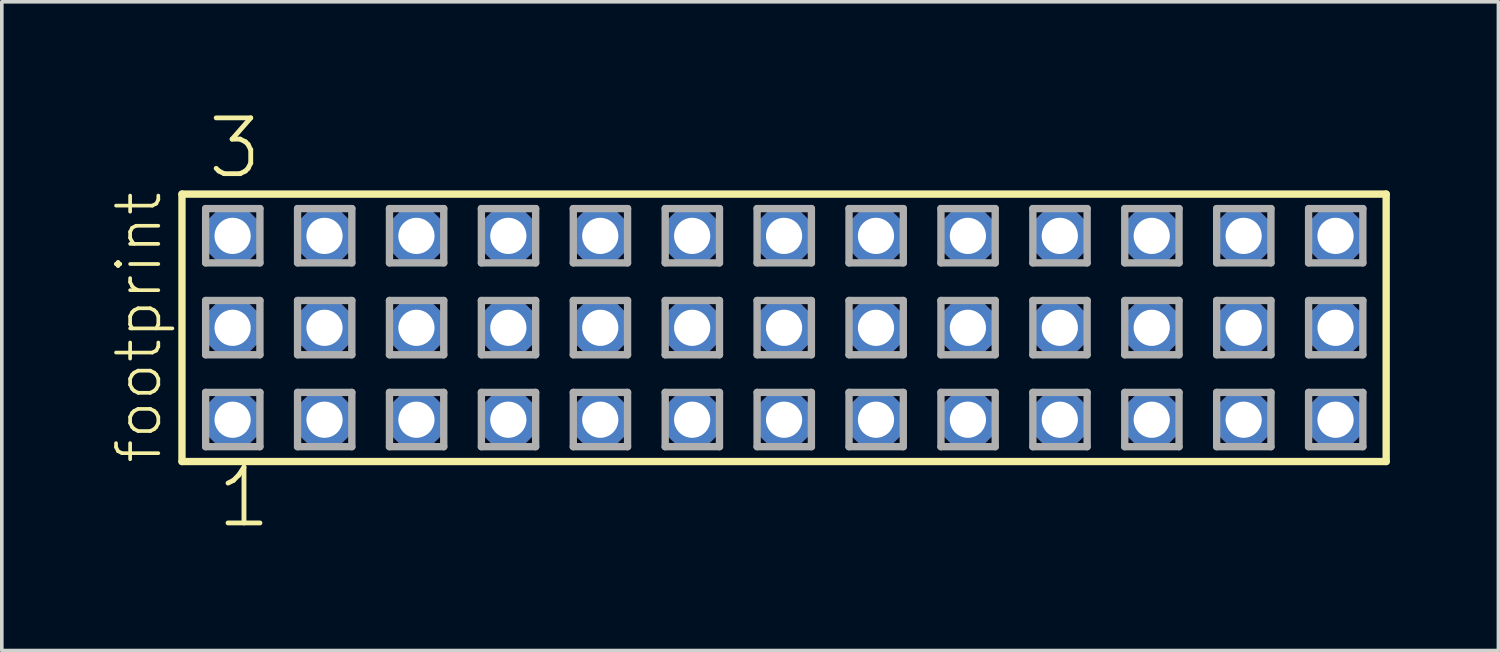
<source format=kicad_pcb>
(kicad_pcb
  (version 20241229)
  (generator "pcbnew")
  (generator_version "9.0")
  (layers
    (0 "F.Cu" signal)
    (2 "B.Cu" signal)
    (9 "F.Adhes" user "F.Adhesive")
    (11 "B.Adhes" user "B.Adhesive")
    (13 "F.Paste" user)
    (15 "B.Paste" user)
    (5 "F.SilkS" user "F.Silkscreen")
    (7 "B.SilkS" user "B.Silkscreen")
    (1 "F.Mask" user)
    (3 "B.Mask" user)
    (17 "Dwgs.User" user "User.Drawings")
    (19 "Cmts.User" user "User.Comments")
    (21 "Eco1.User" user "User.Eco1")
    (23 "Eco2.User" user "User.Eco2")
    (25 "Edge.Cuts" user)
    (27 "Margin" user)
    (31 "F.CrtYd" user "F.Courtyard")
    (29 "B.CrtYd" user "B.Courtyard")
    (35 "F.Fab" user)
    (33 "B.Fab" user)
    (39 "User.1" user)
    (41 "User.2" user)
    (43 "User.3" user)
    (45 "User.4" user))
  (footprint "footprint"
    (layer "F.Cu")
    (at 18.618 6.009)
    (property "Reference" "footprint" (at -17.145 3.81 90) (layer "F.SilkS") (effects (font (size 1.168 1.168) (thickness 0.102)) (justify left bottom)))
    (fp_line (start -16.639 -3.695) (end 16.639 -3.695) (stroke (width 0.203) (type solid)) (layer "F.SilkS"))
    (fp_line (start -16.639 3.695) (end -16.639 -3.695) (stroke (width 0.203) (type solid)) (layer "F.SilkS"))
    (fp_line (start 16.639 -3.695) (end 16.639 3.695) (stroke (width 0.203) (type solid)) (layer "F.SilkS"))
    (fp_line (start 16.639 3.695) (end -16.639 3.695) (stroke (width 0.203) (type solid)) (layer "F.SilkS"))
    (fp_line (start -15.985 -3.295) (end -14.485 -3.295) (stroke (width 0.203) (type solid)) (layer "F.Fab"))
    (fp_line (start -15.985 -1.795) (end -15.985 -3.295) (stroke (width 0.203) (type solid)) (layer "F.Fab"))
    (fp_line (start -15.985 -0.755) (end -14.485 -0.755) (stroke (width 0.203) (type solid)) (layer "F.Fab"))
    (fp_line (start -15.985 0.745) (end -15.985 -0.755) (stroke (width 0.203) (type solid)) (layer "F.Fab"))
    (fp_line (start -15.985 1.785) (end -14.485 1.785) (stroke (width 0.203) (type solid)) (layer "F.Fab"))
    (fp_line (start -15.985 3.285) (end -15.985 1.785) (stroke (width 0.203) (type solid)) (layer "F.Fab"))
    (fp_line (start -14.485 -3.295) (end -14.485 -1.795) (stroke (width 0.203) (type solid)) (layer "F.Fab"))
    (fp_line (start -14.485 -1.795) (end -15.985 -1.795) (stroke (width 0.203) (type solid)) (layer "F.Fab"))
    (fp_line (start -14.485 -0.755) (end -14.485 0.745) (stroke (width 0.203) (type solid)) (layer "F.Fab"))
    (fp_line (start -14.485 0.745) (end -15.985 0.745) (stroke (width 0.203) (type solid)) (layer "F.Fab"))
    (fp_line (start -14.485 1.785) (end -14.485 3.285) (stroke (width 0.203) (type solid)) (layer "F.Fab"))
    (fp_line (start -14.485 3.285) (end -15.985 3.285) (stroke (width 0.203) (type solid)) (layer "F.Fab"))
    (fp_line (start -13.445 -3.295) (end -11.945 -3.295) (stroke (width 0.203) (type solid)) (layer "F.Fab"))
    (fp_line (start -13.445 -1.795) (end -13.445 -3.295) (stroke (width 0.203) (type solid)) (layer "F.Fab"))
    (fp_line (start -13.445 -0.755) (end -11.945 -0.755) (stroke (width 0.203) (type solid)) (layer "F.Fab"))
    (fp_line (start -13.445 0.745) (end -13.445 -0.755) (stroke (width 0.203) (type solid)) (layer "F.Fab"))
    (fp_line (start -13.445 1.785) (end -11.945 1.785) (stroke (width 0.203) (type solid)) (layer "F.Fab"))
    (fp_line (start -13.445 3.285) (end -13.445 1.785) (stroke (width 0.203) (type solid)) (layer "F.Fab"))
    (fp_line (start -11.945 -3.295) (end -11.945 -1.795) (stroke (width 0.203) (type solid)) (layer "F.Fab"))
    (fp_line (start -11.945 -1.795) (end -13.445 -1.795) (stroke (width 0.203) (type solid)) (layer "F.Fab"))
    (fp_line (start -11.945 -0.755) (end -11.945 0.745) (stroke (width 0.203) (type solid)) (layer "F.Fab"))
    (fp_line (start -11.945 0.745) (end -13.445 0.745) (stroke (width 0.203) (type solid)) (layer "F.Fab"))
    (fp_line (start -11.945 1.785) (end -11.945 3.285) (stroke (width 0.203) (type solid)) (layer "F.Fab"))
    (fp_line (start -11.945 3.285) (end -13.445 3.285) (stroke (width 0.203) (type solid)) (layer "F.Fab"))
    (fp_line (start -10.905 -3.295) (end -9.405 -3.295) (stroke (width 0.203) (type solid)) (layer "F.Fab"))
    (fp_line (start -10.905 -1.795) (end -10.905 -3.295) (stroke (width 0.203) (type solid)) (layer "F.Fab"))
    (fp_line (start -10.905 -0.755) (end -9.405 -0.755) (stroke (width 0.203) (type solid)) (layer "F.Fab"))
    (fp_line (start -10.905 0.745) (end -10.905 -0.755) (stroke (width 0.203) (type solid)) (layer "F.Fab"))
    (fp_line (start -10.905 1.785) (end -9.405 1.785) (stroke (width 0.203) (type solid)) (layer "F.Fab"))
    (fp_line (start -10.905 3.285) (end -10.905 1.785) (stroke (width 0.203) (type solid)) (layer "F.Fab"))
    (fp_line (start -9.405 -3.295) (end -9.405 -1.795) (stroke (width 0.203) (type solid)) (layer "F.Fab"))
    (fp_line (start -9.405 -1.795) (end -10.905 -1.795) (stroke (width 0.203) (type solid)) (layer "F.Fab"))
    (fp_line (start -9.405 -0.755) (end -9.405 0.745) (stroke (width 0.203) (type solid)) (layer "F.Fab"))
    (fp_line (start -9.405 0.745) (end -10.905 0.745) (stroke (width 0.203) (type solid)) (layer "F.Fab"))
    (fp_line (start -9.405 1.785) (end -9.405 3.285) (stroke (width 0.203) (type solid)) (layer "F.Fab"))
    (fp_line (start -9.405 3.285) (end -10.905 3.285) (stroke (width 0.203) (type solid)) (layer "F.Fab"))
    (fp_line (start -8.365 -3.295) (end -6.865 -3.295) (stroke (width 0.203) (type solid)) (layer "F.Fab"))
    (fp_line (start -8.365 -1.795) (end -8.365 -3.295) (stroke (width 0.203) (type solid)) (layer "F.Fab"))
    (fp_line (start -8.365 -0.755) (end -6.865 -0.755) (stroke (width 0.203) (type solid)) (layer "F.Fab"))
    (fp_line (start -8.365 0.745) (end -8.365 -0.755) (stroke (width 0.203) (type solid)) (layer "F.Fab"))
    (fp_line (start -8.365 1.785) (end -6.865 1.785) (stroke (width 0.203) (type solid)) (layer "F.Fab"))
    (fp_line (start -8.365 3.285) (end -8.365 1.785) (stroke (width 0.203) (type solid)) (layer "F.Fab"))
    (fp_line (start -6.865 -3.295) (end -6.865 -1.795) (stroke (width 0.203) (type solid)) (layer "F.Fab"))
    (fp_line (start -6.865 -1.795) (end -8.365 -1.795) (stroke (width 0.203) (type solid)) (layer "F.Fab"))
    (fp_line (start -6.865 -0.755) (end -6.865 0.745) (stroke (width 0.203) (type solid)) (layer "F.Fab"))
    (fp_line (start -6.865 0.745) (end -8.365 0.745) (stroke (width 0.203) (type solid)) (layer "F.Fab"))
    (fp_line (start -6.865 1.785) (end -6.865 3.285) (stroke (width 0.203) (type solid)) (layer "F.Fab"))
    (fp_line (start -6.865 3.285) (end -8.365 3.285) (stroke (width 0.203) (type solid)) (layer "F.Fab"))
    (fp_line (start -5.825 -3.295) (end -4.325 -3.295) (stroke (width 0.203) (type solid)) (layer "F.Fab"))
    (fp_line (start -5.825 -1.795) (end -5.825 -3.295) (stroke (width 0.203) (type solid)) (layer "F.Fab"))
    (fp_line (start -5.825 -0.755) (end -4.325 -0.755) (stroke (width 0.203) (type solid)) (layer "F.Fab"))
    (fp_line (start -5.825 0.745) (end -5.825 -0.755) (stroke (width 0.203) (type solid)) (layer "F.Fab"))
    (fp_line (start -5.825 1.785) (end -4.325 1.785) (stroke (width 0.203) (type solid)) (layer "F.Fab"))
    (fp_line (start -5.825 3.285) (end -5.825 1.785) (stroke (width 0.203) (type solid)) (layer "F.Fab"))
    (fp_line (start -4.325 -3.295) (end -4.325 -1.795) (stroke (width 0.203) (type solid)) (layer "F.Fab"))
    (fp_line (start -4.325 -1.795) (end -5.825 -1.795) (stroke (width 0.203) (type solid)) (layer "F.Fab"))
    (fp_line (start -4.325 -0.755) (end -4.325 0.745) (stroke (width 0.203) (type solid)) (layer "F.Fab"))
    (fp_line (start -4.325 0.745) (end -5.825 0.745) (stroke (width 0.203) (type solid)) (layer "F.Fab"))
    (fp_line (start -4.325 1.785) (end -4.325 3.285) (stroke (width 0.203) (type solid)) (layer "F.Fab"))
    (fp_line (start -4.325 3.285) (end -5.825 3.285) (stroke (width 0.203) (type solid)) (layer "F.Fab"))
    (fp_line (start -3.285 -3.295) (end -1.785 -3.295) (stroke (width 0.203) (type solid)) (layer "F.Fab"))
    (fp_line (start -3.285 -1.795) (end -3.285 -3.295) (stroke (width 0.203) (type solid)) (layer "F.Fab"))
    (fp_line (start -3.285 -0.755) (end -1.785 -0.755) (stroke (width 0.203) (type solid)) (layer "F.Fab"))
    (fp_line (start -3.285 0.745) (end -3.285 -0.755) (stroke (width 0.203) (type solid)) (layer "F.Fab"))
    (fp_line (start -3.285 1.785) (end -1.785 1.785) (stroke (width 0.203) (type solid)) (layer "F.Fab"))
    (fp_line (start -3.285 3.285) (end -3.285 1.785) (stroke (width 0.203) (type solid)) (layer "F.Fab"))
    (fp_line (start -1.785 -3.295) (end -1.785 -1.795) (stroke (width 0.203) (type solid)) (layer "F.Fab"))
    (fp_line (start -1.785 -1.795) (end -3.285 -1.795) (stroke (width 0.203) (type solid)) (layer "F.Fab"))
    (fp_line (start -1.785 -0.755) (end -1.785 0.745) (stroke (width 0.203) (type solid)) (layer "F.Fab"))
    (fp_line (start -1.785 0.745) (end -3.285 0.745) (stroke (width 0.203) (type solid)) (layer "F.Fab"))
    (fp_line (start -1.785 1.785) (end -1.785 3.285) (stroke (width 0.203) (type solid)) (layer "F.Fab"))
    (fp_line (start -1.785 3.285) (end -3.285 3.285) (stroke (width 0.203) (type solid)) (layer "F.Fab"))
    (fp_line (start -0.745 -3.295) (end 0.755 -3.295) (stroke (width 0.203) (type solid)) (layer "F.Fab"))
    (fp_line (start -0.745 -1.795) (end -0.745 -3.295) (stroke (width 0.203) (type solid)) (layer "F.Fab"))
    (fp_line (start -0.745 -0.755) (end 0.755 -0.755) (stroke (width 0.203) (type solid)) (layer "F.Fab"))
    (fp_line (start -0.745 0.745) (end -0.745 -0.755) (stroke (width 0.203) (type solid)) (layer "F.Fab"))
    (fp_line (start -0.745 1.785) (end 0.755 1.785) (stroke (width 0.203) (type solid)) (layer "F.Fab"))
    (fp_line (start -0.745 3.285) (end -0.745 1.785) (stroke (width 0.203) (type solid)) (layer "F.Fab"))
    (fp_line (start 0.755 -3.295) (end 0.755 -1.795) (stroke (width 0.203) (type solid)) (layer "F.Fab"))
    (fp_line (start 0.755 -1.795) (end -0.745 -1.795) (stroke (width 0.203) (type solid)) (layer "F.Fab"))
    (fp_line (start 0.755 -0.755) (end 0.755 0.745) (stroke (width 0.203) (type solid)) (layer "F.Fab"))
    (fp_line (start 0.755 0.745) (end -0.745 0.745) (stroke (width 0.203) (type solid)) (layer "F.Fab"))
    (fp_line (start 0.755 1.785) (end 0.755 3.285) (stroke (width 0.203) (type solid)) (layer "F.Fab"))
    (fp_line (start 0.755 3.285) (end -0.745 3.285) (stroke (width 0.203) (type solid)) (layer "F.Fab"))
    (fp_line (start 1.795 -3.295) (end 3.295 -3.295) (stroke (width 0.203) (type solid)) (layer "F.Fab"))
    (fp_line (start 1.795 -1.795) (end 1.795 -3.295) (stroke (width 0.203) (type solid)) (layer "F.Fab"))
    (fp_line (start 1.795 -0.755) (end 3.295 -0.755) (stroke (width 0.203) (type solid)) (layer "F.Fab"))
    (fp_line (start 1.795 0.745) (end 1.795 -0.755) (stroke (width 0.203) (type solid)) (layer "F.Fab"))
    (fp_line (start 1.795 1.785) (end 3.295 1.785) (stroke (width 0.203) (type solid)) (layer "F.Fab"))
    (fp_line (start 1.795 3.285) (end 1.795 1.785) (stroke (width 0.203) (type solid)) (layer "F.Fab"))
    (fp_line (start 3.295 -3.295) (end 3.295 -1.795) (stroke (width 0.203) (type solid)) (layer "F.Fab"))
    (fp_line (start 3.295 -1.795) (end 1.795 -1.795) (stroke (width 0.203) (type solid)) (layer "F.Fab"))
    (fp_line (start 3.295 -0.755) (end 3.295 0.745) (stroke (width 0.203) (type solid)) (layer "F.Fab"))
    (fp_line (start 3.295 0.745) (end 1.795 0.745) (stroke (width 0.203) (type solid)) (layer "F.Fab"))
    (fp_line (start 3.295 1.785) (end 3.295 3.285) (stroke (width 0.203) (type solid)) (layer "F.Fab"))
    (fp_line (start 3.295 3.285) (end 1.795 3.285) (stroke (width 0.203) (type solid)) (layer "F.Fab"))
    (fp_line (start 4.335 -3.295) (end 5.835 -3.295) (stroke (width 0.203) (type solid)) (layer "F.Fab"))
    (fp_line (start 4.335 -1.795) (end 4.335 -3.295) (stroke (width 0.203) (type solid)) (layer "F.Fab"))
    (fp_line (start 4.335 -0.755) (end 5.835 -0.755) (stroke (width 0.203) (type solid)) (layer "F.Fab"))
    (fp_line (start 4.335 0.745) (end 4.335 -0.755) (stroke (width 0.203) (type solid)) (layer "F.Fab"))
    (fp_line (start 4.335 1.785) (end 5.835 1.785) (stroke (width 0.203) (type solid)) (layer "F.Fab"))
    (fp_line (start 4.335 3.285) (end 4.335 1.785) (stroke (width 0.203) (type solid)) (layer "F.Fab"))
    (fp_line (start 5.835 -3.295) (end 5.835 -1.795) (stroke (width 0.203) (type solid)) (layer "F.Fab"))
    (fp_line (start 5.835 -1.795) (end 4.335 -1.795) (stroke (width 0.203) (type solid)) (layer "F.Fab"))
    (fp_line (start 5.835 -0.755) (end 5.835 0.745) (stroke (width 0.203) (type solid)) (layer "F.Fab"))
    (fp_line (start 5.835 0.745) (end 4.335 0.745) (stroke (width 0.203) (type solid)) (layer "F.Fab"))
    (fp_line (start 5.835 1.785) (end 5.835 3.285) (stroke (width 0.203) (type solid)) (layer "F.Fab"))
    (fp_line (start 5.835 3.285) (end 4.335 3.285) (stroke (width 0.203) (type solid)) (layer "F.Fab"))
    (fp_line (start 6.875 -3.295) (end 8.375 -3.295) (stroke (width 0.203) (type solid)) (layer "F.Fab"))
    (fp_line (start 6.875 -1.795) (end 6.875 -3.295) (stroke (width 0.203) (type solid)) (layer "F.Fab"))
    (fp_line (start 6.875 -0.755) (end 8.375 -0.755) (stroke (width 0.203) (type solid)) (layer "F.Fab"))
    (fp_line (start 6.875 0.745) (end 6.875 -0.755) (stroke (width 0.203) (type solid)) (layer "F.Fab"))
    (fp_line (start 6.875 1.785) (end 8.375 1.785) (stroke (width 0.203) (type solid)) (layer "F.Fab"))
    (fp_line (start 6.875 3.285) (end 6.875 1.785) (stroke (width 0.203) (type solid)) (layer "F.Fab"))
    (fp_line (start 8.375 -3.295) (end 8.375 -1.795) (stroke (width 0.203) (type solid)) (layer "F.Fab"))
    (fp_line (start 8.375 -1.795) (end 6.875 -1.795) (stroke (width 0.203) (type solid)) (layer "F.Fab"))
    (fp_line (start 8.375 -0.755) (end 8.375 0.745) (stroke (width 0.203) (type solid)) (layer "F.Fab"))
    (fp_line (start 8.375 0.745) (end 6.875 0.745) (stroke (width 0.203) (type solid)) (layer "F.Fab"))
    (fp_line (start 8.375 1.785) (end 8.375 3.285) (stroke (width 0.203) (type solid)) (layer "F.Fab"))
    (fp_line (start 8.375 3.285) (end 6.875 3.285) (stroke (width 0.203) (type solid)) (layer "F.Fab"))
    (fp_line (start 9.415 -3.295) (end 10.915 -3.295) (stroke (width 0.203) (type solid)) (layer "F.Fab"))
    (fp_line (start 9.415 -1.795) (end 9.415 -3.295) (stroke (width 0.203) (type solid)) (layer "F.Fab"))
    (fp_line (start 9.415 -0.755) (end 10.915 -0.755) (stroke (width 0.203) (type solid)) (layer "F.Fab"))
    (fp_line (start 9.415 0.745) (end 9.415 -0.755) (stroke (width 0.203) (type solid)) (layer "F.Fab"))
    (fp_line (start 9.415 1.785) (end 10.915 1.785) (stroke (width 0.203) (type solid)) (layer "F.Fab"))
    (fp_line (start 9.415 3.285) (end 9.415 1.785) (stroke (width 0.203) (type solid)) (layer "F.Fab"))
    (fp_line (start 10.915 -3.295) (end 10.915 -1.795) (stroke (width 0.203) (type solid)) (layer "F.Fab"))
    (fp_line (start 10.915 -1.795) (end 9.415 -1.795) (stroke (width 0.203) (type solid)) (layer "F.Fab"))
    (fp_line (start 10.915 -0.755) (end 10.915 0.745) (stroke (width 0.203) (type solid)) (layer "F.Fab"))
    (fp_line (start 10.915 0.745) (end 9.415 0.745) (stroke (width 0.203) (type solid)) (layer "F.Fab"))
    (fp_line (start 10.915 1.785) (end 10.915 3.285) (stroke (width 0.203) (type solid)) (layer "F.Fab"))
    (fp_line (start 10.915 3.285) (end 9.415 3.285) (stroke (width 0.203) (type solid)) (layer "F.Fab"))
    (fp_line (start 11.955 -3.295) (end 13.455 -3.295) (stroke (width 0.203) (type solid)) (layer "F.Fab"))
    (fp_line (start 11.955 -1.795) (end 11.955 -3.295) (stroke (width 0.203) (type solid)) (layer "F.Fab"))
    (fp_line (start 11.955 -0.755) (end 13.455 -0.755) (stroke (width 0.203) (type solid)) (layer "F.Fab"))
    (fp_line (start 11.955 0.745) (end 11.955 -0.755) (stroke (width 0.203) (type solid)) (layer "F.Fab"))
    (fp_line (start 11.955 1.785) (end 13.455 1.785) (stroke (width 0.203) (type solid)) (layer "F.Fab"))
    (fp_line (start 11.955 3.285) (end 11.955 1.785) (stroke (width 0.203) (type solid)) (layer "F.Fab"))
    (fp_line (start 13.455 -3.295) (end 13.455 -1.795) (stroke (width 0.203) (type solid)) (layer "F.Fab"))
    (fp_line (start 13.455 -1.795) (end 11.955 -1.795) (stroke (width 0.203) (type solid)) (layer "F.Fab"))
    (fp_line (start 13.455 -0.755) (end 13.455 0.745) (stroke (width 0.203) (type solid)) (layer "F.Fab"))
    (fp_line (start 13.455 0.745) (end 11.955 0.745) (stroke (width 0.203) (type solid)) (layer "F.Fab"))
    (fp_line (start 13.455 1.785) (end 13.455 3.285) (stroke (width 0.203) (type solid)) (layer "F.Fab"))
    (fp_line (start 13.455 3.285) (end 11.955 3.285) (stroke (width 0.203) (type solid)) (layer "F.Fab"))
    (fp_line (start 14.495 -3.295) (end 15.995 -3.295) (stroke (width 0.203) (type solid)) (layer "F.Fab"))
    (fp_line (start 14.495 -1.795) (end 14.495 -3.295) (stroke (width 0.203) (type solid)) (layer "F.Fab"))
    (fp_line (start 14.495 -0.755) (end 15.995 -0.755) (stroke (width 0.203) (type solid)) (layer "F.Fab"))
    (fp_line (start 14.495 0.745) (end 14.495 -0.755) (stroke (width 0.203) (type solid)) (layer "F.Fab"))
    (fp_line (start 14.495 1.785) (end 15.995 1.785) (stroke (width 0.203) (type solid)) (layer "F.Fab"))
    (fp_line (start 14.495 3.285) (end 14.495 1.785) (stroke (width 0.203) (type solid)) (layer "F.Fab"))
    (fp_line (start 15.995 -3.295) (end 15.995 -1.795) (stroke (width 0.203) (type solid)) (layer "F.Fab"))
    (fp_line (start 15.995 -1.795) (end 14.495 -1.795) (stroke (width 0.203) (type solid)) (layer "F.Fab"))
    (fp_line (start 15.995 -0.755) (end 15.995 0.745) (stroke (width 0.203) (type solid)) (layer "F.Fab"))
    (fp_line (start 15.995 0.745) (end 14.495 0.745) (stroke (width 0.203) (type solid)) (layer "F.Fab"))
    (fp_line (start 15.995 1.785) (end 15.995 3.285) (stroke (width 0.203) (type solid)) (layer "F.Fab"))
    (fp_line (start 15.995 3.285) (end 14.495 3.285) (stroke (width 0.203) (type solid)) (layer "F.Fab"))
    (fp_text user "1" (at -15.748 5.588 0) (layer "F.SilkS") (effects (font (size 1.542 1.542) (thickness 0.134)) (justify left bottom)))
    (fp_text user "3" (at -16.002 -4.064 0) (layer "F.SilkS") (effects (font (size 1.542 1.542) (thickness 0.134)) (justify left bottom)))
    (pad "1" thru_hole roundrect (at -15.24 2.54) (size 1.5 1.5) (drill 1) (layers "*.Cu" "*.Mask") (roundrect_rratio 0.25) (chamfer_ratio 0.25) (chamfer top_left top_right bottom_left bottom_right))
    (pad "2" thru_hole roundrect (at -15.24 0) (size 1.5 1.5) (drill 1) (layers "*.Cu" "*.Mask") (roundrect_rratio 0.25) (chamfer_ratio 0.25) (chamfer top_left top_right bottom_left bottom_right))
    (pad "3" thru_hole roundrect (at -15.24 -2.54) (size 1.5 1.5) (drill 1) (layers "*.Cu" "*.Mask") (roundrect_rratio 0.25) (chamfer_ratio 0.25) (chamfer top_left top_right bottom_left bottom_right))
    (pad "4" thru_hole roundrect (at -12.7 2.54) (size 1.5 1.5) (drill 1) (layers "*.Cu" "*.Mask") (roundrect_rratio 0.25) (chamfer_ratio 0.25) (chamfer top_left top_right bottom_left bottom_right))
    (pad "5" thru_hole roundrect (at -12.7 0) (size 1.5 1.5) (drill 1) (layers "*.Cu" "*.Mask") (roundrect_rratio 0.25) (chamfer_ratio 0.25) (chamfer top_left top_right bottom_left bottom_right))
    (pad "6" thru_hole roundrect (at -12.7 -2.54) (size 1.5 1.5) (drill 1) (layers "*.Cu" "*.Mask") (roundrect_rratio 0.25) (chamfer_ratio 0.25) (chamfer top_left top_right bottom_left bottom_right))
    (pad "7" thru_hole roundrect (at -10.16 2.54) (size 1.5 1.5) (drill 1) (layers "*.Cu" "*.Mask") (roundrect_rratio 0.25) (chamfer_ratio 0.25) (chamfer top_left top_right bottom_left bottom_right))
    (pad "8" thru_hole roundrect (at -10.16 0) (size 1.5 1.5) (drill 1) (layers "*.Cu" "*.Mask") (roundrect_rratio 0.25) (chamfer_ratio 0.25) (chamfer top_left top_right bottom_left bottom_right))
    (pad "9" thru_hole roundrect (at -10.16 -2.54) (size 1.5 1.5) (drill 1) (layers "*.Cu" "*.Mask") (roundrect_rratio 0.25) (chamfer_ratio 0.25) (chamfer top_left top_right bottom_left bottom_right))
    (pad "10" thru_hole roundrect (at -7.62 2.54) (size 1.5 1.5) (drill 1) (layers "*.Cu" "*.Mask") (roundrect_rratio 0.25) (chamfer_ratio 0.25) (chamfer top_left top_right bottom_left bottom_right))
    (pad "11" thru_hole roundrect (at -7.62 0) (size 1.5 1.5) (drill 1) (layers "*.Cu" "*.Mask") (roundrect_rratio 0.25) (chamfer_ratio 0.25) (chamfer top_left top_right bottom_left bottom_right))
    (pad "12" thru_hole roundrect (at -7.62 -2.54) (size 1.5 1.5) (drill 1) (layers "*.Cu" "*.Mask") (roundrect_rratio 0.25) (chamfer_ratio 0.25) (chamfer top_left top_right bottom_left bottom_right))
    (pad "13" thru_hole roundrect (at -5.08 2.54) (size 1.5 1.5) (drill 1) (layers "*.Cu" "*.Mask") (roundrect_rratio 0.25) (chamfer_ratio 0.25) (chamfer top_left top_right bottom_left bottom_right))
    (pad "14" thru_hole roundrect (at -5.08 0) (size 1.5 1.5) (drill 1) (layers "*.Cu" "*.Mask") (roundrect_rratio 0.25) (chamfer_ratio 0.25) (chamfer top_left top_right bottom_left bottom_right))
    (pad "15" thru_hole roundrect (at -5.08 -2.54) (size 1.5 1.5) (drill 1) (layers "*.Cu" "*.Mask") (roundrect_rratio 0.25) (chamfer_ratio 0.25) (chamfer top_left top_right bottom_left bottom_right))
    (pad "16" thru_hole roundrect (at -2.54 2.54) (size 1.5 1.5) (drill 1) (layers "*.Cu" "*.Mask") (roundrect_rratio 0.25) (chamfer_ratio 0.25) (chamfer top_left top_right bottom_left bottom_right))
    (pad "17" thru_hole roundrect (at -2.54 0) (size 1.5 1.5) (drill 1) (layers "*.Cu" "*.Mask") (roundrect_rratio 0.25) (chamfer_ratio 0.25) (chamfer top_left top_right bottom_left bottom_right))
    (pad "18" thru_hole roundrect (at -2.54 -2.54) (size 1.5 1.5) (drill 1) (layers "*.Cu" "*.Mask") (roundrect_rratio 0.25) (chamfer_ratio 0.25) (chamfer top_left top_right bottom_left bottom_right))
    (pad "19" thru_hole roundrect (at 0 2.54) (size 1.5 1.5) (drill 1) (layers "*.Cu" "*.Mask") (roundrect_rratio 0.25) (chamfer_ratio 0.25) (chamfer top_left top_right bottom_left bottom_right))
    (pad "20" thru_hole roundrect (at 0 0) (size 1.5 1.5) (drill 1) (layers "*.Cu" "*.Mask") (roundrect_rratio 0.25) (chamfer_ratio 0.25) (chamfer top_left top_right bottom_left bottom_right))
    (pad "21" thru_hole roundrect (at 0 -2.54) (size 1.5 1.5) (drill 1) (layers "*.Cu" "*.Mask") (roundrect_rratio 0.25) (chamfer_ratio 0.25) (chamfer top_left top_right bottom_left bottom_right))
    (pad "22" thru_hole roundrect (at 2.54 2.54) (size 1.5 1.5) (drill 1) (layers "*.Cu" "*.Mask") (roundrect_rratio 0.25) (chamfer_ratio 0.25) (chamfer top_left top_right bottom_left bottom_right))
    (pad "23" thru_hole roundrect (at 2.54 0) (size 1.5 1.5) (drill 1) (layers "*.Cu" "*.Mask") (roundrect_rratio 0.25) (chamfer_ratio 0.25) (chamfer top_left top_right bottom_left bottom_right))
    (pad "24" thru_hole roundrect (at 2.54 -2.54) (size 1.5 1.5) (drill 1) (layers "*.Cu" "*.Mask") (roundrect_rratio 0.25) (chamfer_ratio 0.25) (chamfer top_left top_right bottom_left bottom_right))
    (pad "25" thru_hole roundrect (at 5.08 2.54) (size 1.5 1.5) (drill 1) (layers "*.Cu" "*.Mask") (roundrect_rratio 0.25) (chamfer_ratio 0.25) (chamfer top_left top_right bottom_left bottom_right))
    (pad "26" thru_hole roundrect (at 5.08 0) (size 1.5 1.5) (drill 1) (layers "*.Cu" "*.Mask") (roundrect_rratio 0.25) (chamfer_ratio 0.25) (chamfer top_left top_right bottom_left bottom_right))
    (pad "27" thru_hole roundrect (at 5.08 -2.54) (size 1.5 1.5) (drill 1) (layers "*.Cu" "*.Mask") (roundrect_rratio 0.25) (chamfer_ratio 0.25) (chamfer top_left top_right bottom_left bottom_right))
    (pad "28" thru_hole roundrect (at 7.62 2.54) (size 1.5 1.5) (drill 1) (layers "*.Cu" "*.Mask") (roundrect_rratio 0.25) (chamfer_ratio 0.25) (chamfer top_left top_right bottom_left bottom_right))
    (pad "29" thru_hole roundrect (at 7.62 0) (size 1.5 1.5) (drill 1) (layers "*.Cu" "*.Mask") (roundrect_rratio 0.25) (chamfer_ratio 0.25) (chamfer top_left top_right bottom_left bottom_right))
    (pad "30" thru_hole roundrect (at 7.62 -2.54) (size 1.5 1.5) (drill 1) (layers "*.Cu" "*.Mask") (roundrect_rratio 0.25) (chamfer_ratio 0.25) (chamfer top_left top_right bottom_left bottom_right))
    (pad "31" thru_hole roundrect (at 10.16 2.54) (size 1.5 1.5) (drill 1) (layers "*.Cu" "*.Mask") (roundrect_rratio 0.25) (chamfer_ratio 0.25) (chamfer top_left top_right bottom_left bottom_right))
    (pad "32" thru_hole roundrect (at 10.16 0) (size 1.5 1.5) (drill 1) (layers "*.Cu" "*.Mask") (roundrect_rratio 0.25) (chamfer_ratio 0.25) (chamfer top_left top_right bottom_left bottom_right))
    (pad "33" thru_hole roundrect (at 10.16 -2.54) (size 1.5 1.5) (drill 1) (layers "*.Cu" "*.Mask") (roundrect_rratio 0.25) (chamfer_ratio 0.25) (chamfer top_left top_right bottom_left bottom_right))
    (pad "34" thru_hole roundrect (at 12.7 2.54) (size 1.5 1.5) (drill 1) (layers "*.Cu" "*.Mask") (roundrect_rratio 0.25) (chamfer_ratio 0.25) (chamfer top_left top_right bottom_left bottom_right))
    (pad "35" thru_hole roundrect (at 12.7 0) (size 1.5 1.5) (drill 1) (layers "*.Cu" "*.Mask") (roundrect_rratio 0.25) (chamfer_ratio 0.25) (chamfer top_left top_right bottom_left bottom_right))
    (pad "36" thru_hole roundrect (at 12.7 -2.54) (size 1.5 1.5) (drill 1) (layers "*.Cu" "*.Mask") (roundrect_rratio 0.25) (chamfer_ratio 0.25) (chamfer top_left top_right bottom_left bottom_right))
    (pad "37" thru_hole roundrect (at 15.24 2.54) (size 1.5 1.5) (drill 1) (layers "*.Cu" "*.Mask") (roundrect_rratio 0.25) (chamfer_ratio 0.25) (chamfer top_left top_right bottom_left bottom_right))
    (pad "38" thru_hole roundrect (at 15.24 0) (size 1.5 1.5) (drill 1) (layers "*.Cu" "*.Mask") (roundrect_rratio 0.25) (chamfer_ratio 0.25) (chamfer top_left top_right bottom_left bottom_right))
    (pad "39" thru_hole roundrect (at 15.24 -2.54) (size 1.5 1.5) (drill 1) (layers "*.Cu" "*.Mask") (roundrect_rratio 0.25) (chamfer_ratio 0.25) (chamfer top_left top_right bottom_left bottom_right)))
  (gr_rect
    (start -3 -3)
    (end 38.359 14.927)
    (stroke (width 0.1) (type default))
    (fill no)
    (layer "Edge.Cuts")))
</source>
